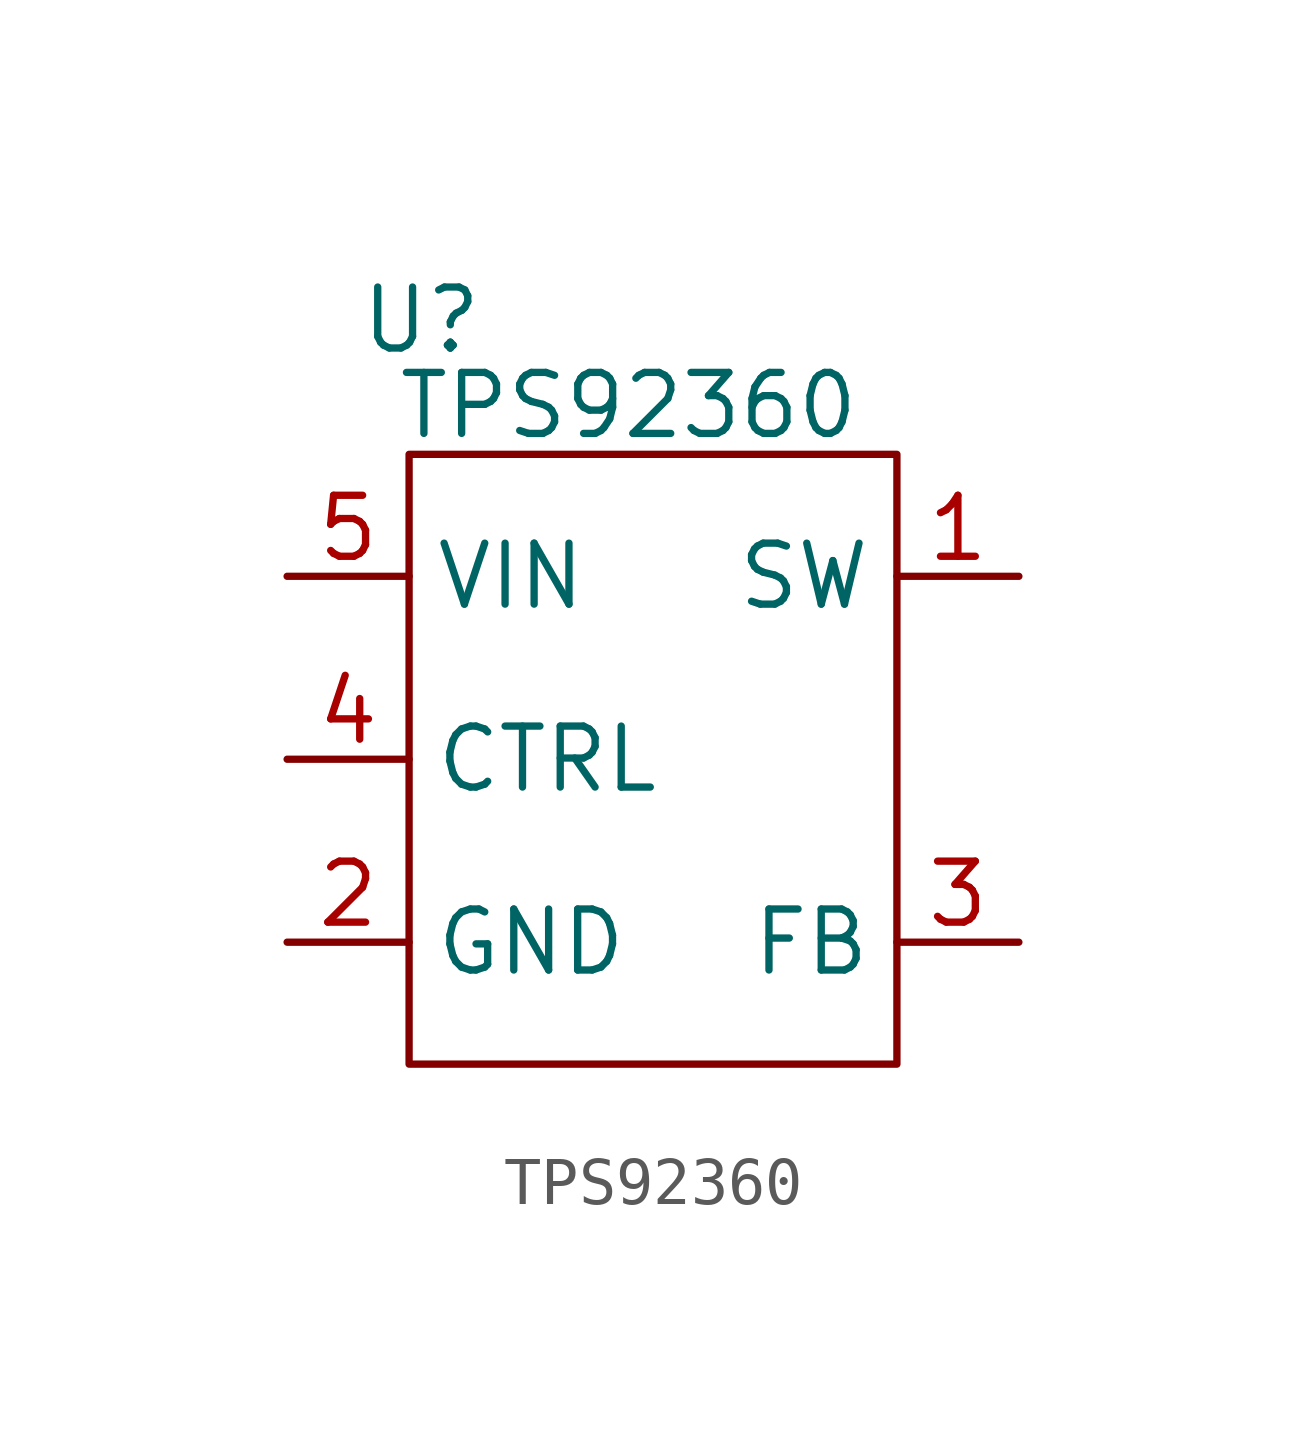
<source format=kicad_sym>
(kicad_symbol_lib
  (version 20231120)
  (generator "kicad_symbol_editor")
  (generator_version "8.0")
  (symbol "TPS92360"
    (property "Reference" "U"
      (at -4.826 7.874 0)
      (effects (font (size 1.27 1.27))))
    (property "Value" "TPS92360"
      (at -0.508 6.096 0)
      (effects (font (size 1.27 1.27))))
    (symbol "TPS92360_0_1"
      (rectangle (start -5.08 5.08) (end 5.08 -7.62) (stroke (width 0) (type default)) (fill (type none))))
    (symbol "TPS92360_1_1"
      (pin input line (at 7.62 2.54 180) (length 2.54) (name "SW" (effects (font (size 1.27 1.27)))) (number "1" (effects (font (size 1.27 1.27)))))
      (pin power_out line (at -7.62 -5.08 0) (length 2.54) (name "GND" (effects (font (size 1.27 1.27)))) (number "2" (effects (font (size 1.27 1.27)))))
      (pin input line (at 7.62 -5.08 180) (length 2.54) (name "FB" (effects (font (size 1.27 1.27)))) (number "3" (effects (font (size 1.27 1.27)))))
      (pin input line (at -7.62 -1.27 0) (length 2.54) (name "CTRL" (effects (font (size 1.27 1.27)))) (number "4" (effects (font (size 1.27 1.27)))))
      (pin power_in line (at -7.62 2.54 0) (length 2.54) (name "VIN" (effects (font (size 1.27 1.27)))) (number "5" (effects (font (size 1.27 1.27))))))))
</source>
